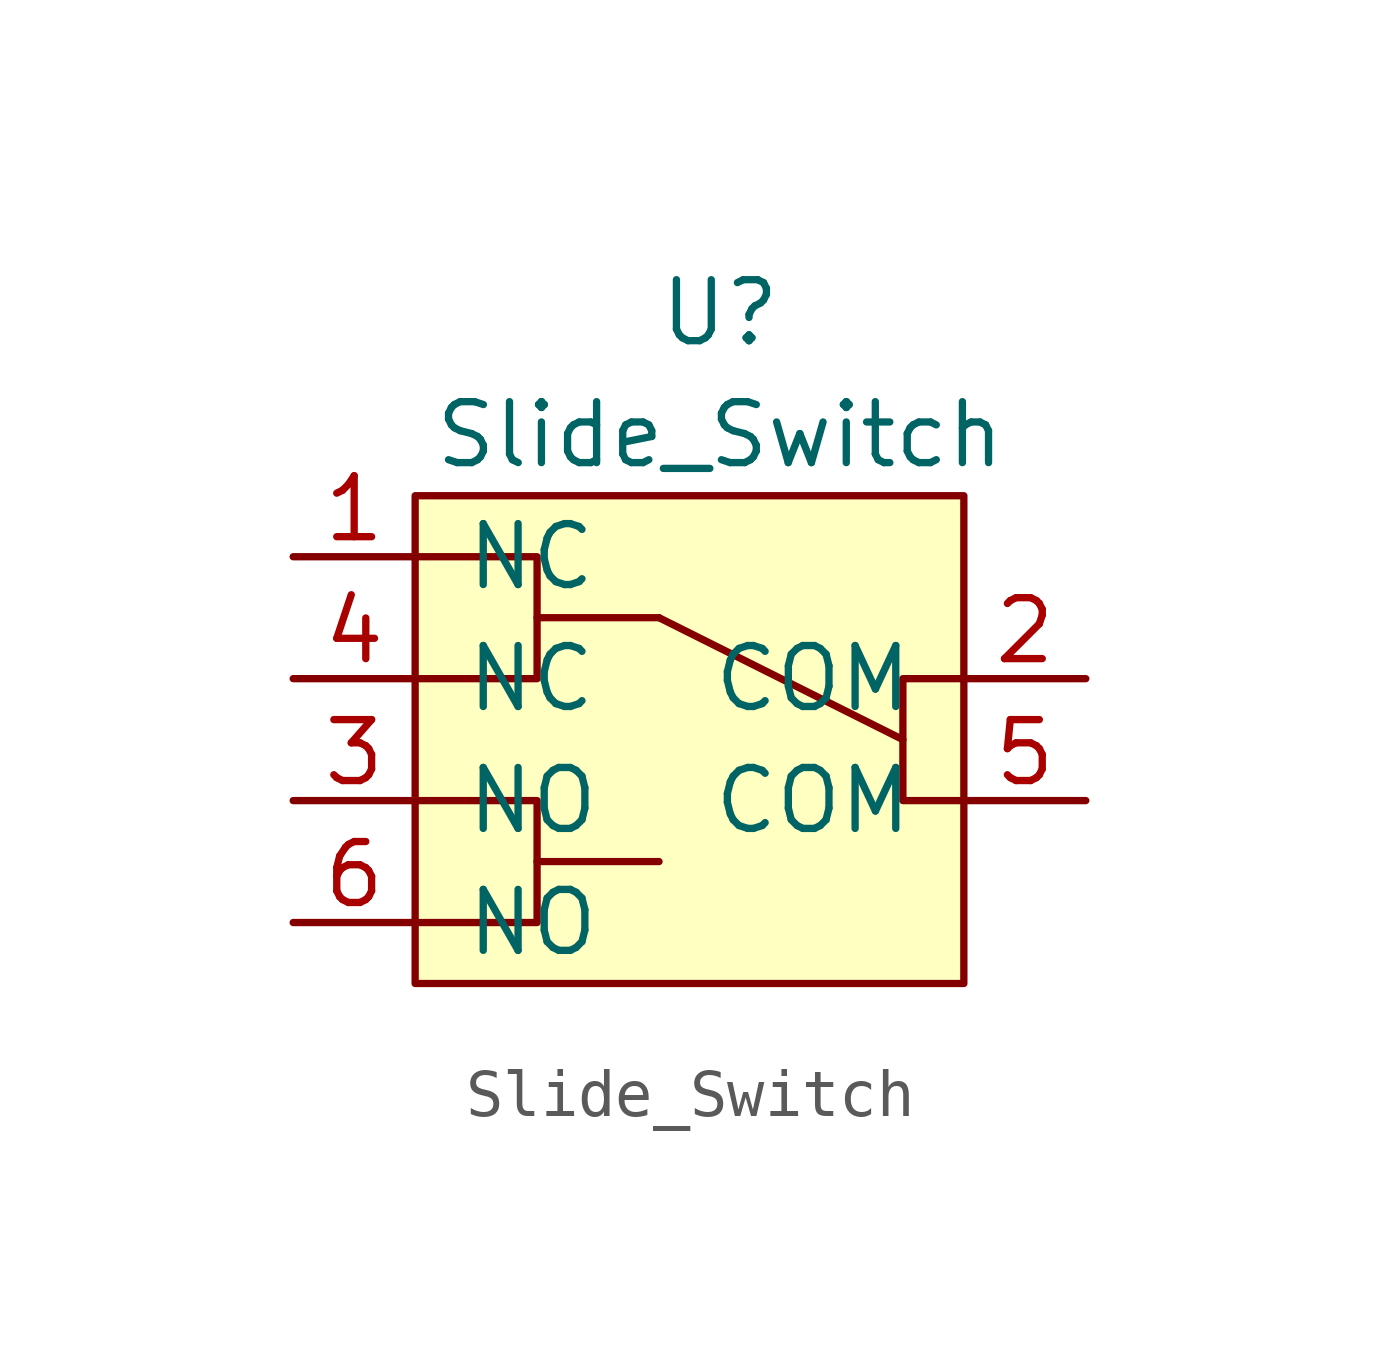
<source format=kicad_sym>
(kicad_symbol_lib
  (version 20211014)
  (generator kicad_symbol_editor)
  (symbol "Slide_Switch"
    (pin_names
      (offset 1.016))
    (property "Reference" "U"
      (at 8.89 17.78 0)
      (effects (font (size 1.27 1.27))))
    (property "Value" "Slide_Switch"
      (at 8.89 15.24 0)
      (effects (font (size 1.27 1.27))))
    (symbol "Slide_Switch_0_1"
      (polyline (pts (xy 5.08 6.35) (xy 7.62 6.35)) (stroke (width 0) (type default) (color 0 0 0 0)) (fill (type none)))
      (polyline (pts (xy 5.08 11.43) (xy 7.62 11.43)) (stroke (width 0) (type default) (color 0 0 0 0)) (fill (type none)))
      (polyline (pts (xy 12.7 8.89) (xy 7.62 11.43)) (stroke (width 0) (type default) (color 0 0 0 0)) (fill (type none)))
      (polyline (pts (xy 2.54 7.62) (xy 5.08 7.62) (xy 5.08 5.08) (xy 2.54 5.08)) (stroke (width 0) (type default) (color 0 0 0 0)) (fill (type none)))
      (polyline (pts (xy 2.54 12.7) (xy 5.08 12.7) (xy 5.08 10.16) (xy 2.54 10.16)) (stroke (width 0) (type default) (color 0 0 0 0)) (fill (type none)))
      (polyline (pts (xy 13.97 10.16) (xy 12.7 10.16) (xy 12.7 7.62) (xy 13.97 7.62)) (stroke (width 0) (type default) (color 0 0 0 0)) (fill (type none)))
      (rectangle (start 2.54 13.97) (end 13.97 3.81) (stroke (width 0) (type default) (color 0 0 0 0)) (fill (type background))))
    (symbol "Slide_Switch_1_1"
      (pin input line (at 0 12.7 0) (length 2.54) (name "NC" (effects (font (size 1.27 1.27)))) (number "1" (effects (font (size 1.27 1.27)))))
      (pin input line (at 16.51 10.16 180) (length 2.54) (name "COM" (effects (font (size 1.27 1.27)))) (number "2" (effects (font (size 1.27 1.27)))))
      (pin input line (at 0 7.62 0) (length 2.54) (name "NO" (effects (font (size 1.27 1.27)))) (number "3" (effects (font (size 1.27 1.27)))))
      (pin input line (at 0 10.16 0) (length 2.54) (name "NC" (effects (font (size 1.27 1.27)))) (number "4" (effects (font (size 1.27 1.27)))))
      (pin input line (at 16.51 7.62 180) (length 2.54) (name "COM" (effects (font (size 1.27 1.27)))) (number "5" (effects (font (size 1.27 1.27)))))
      (pin input line (at 0 5.08 0) (length 2.54) (name "NO" (effects (font (size 1.27 1.27)))) (number "6" (effects (font (size 1.27 1.27))))))))
</source>
